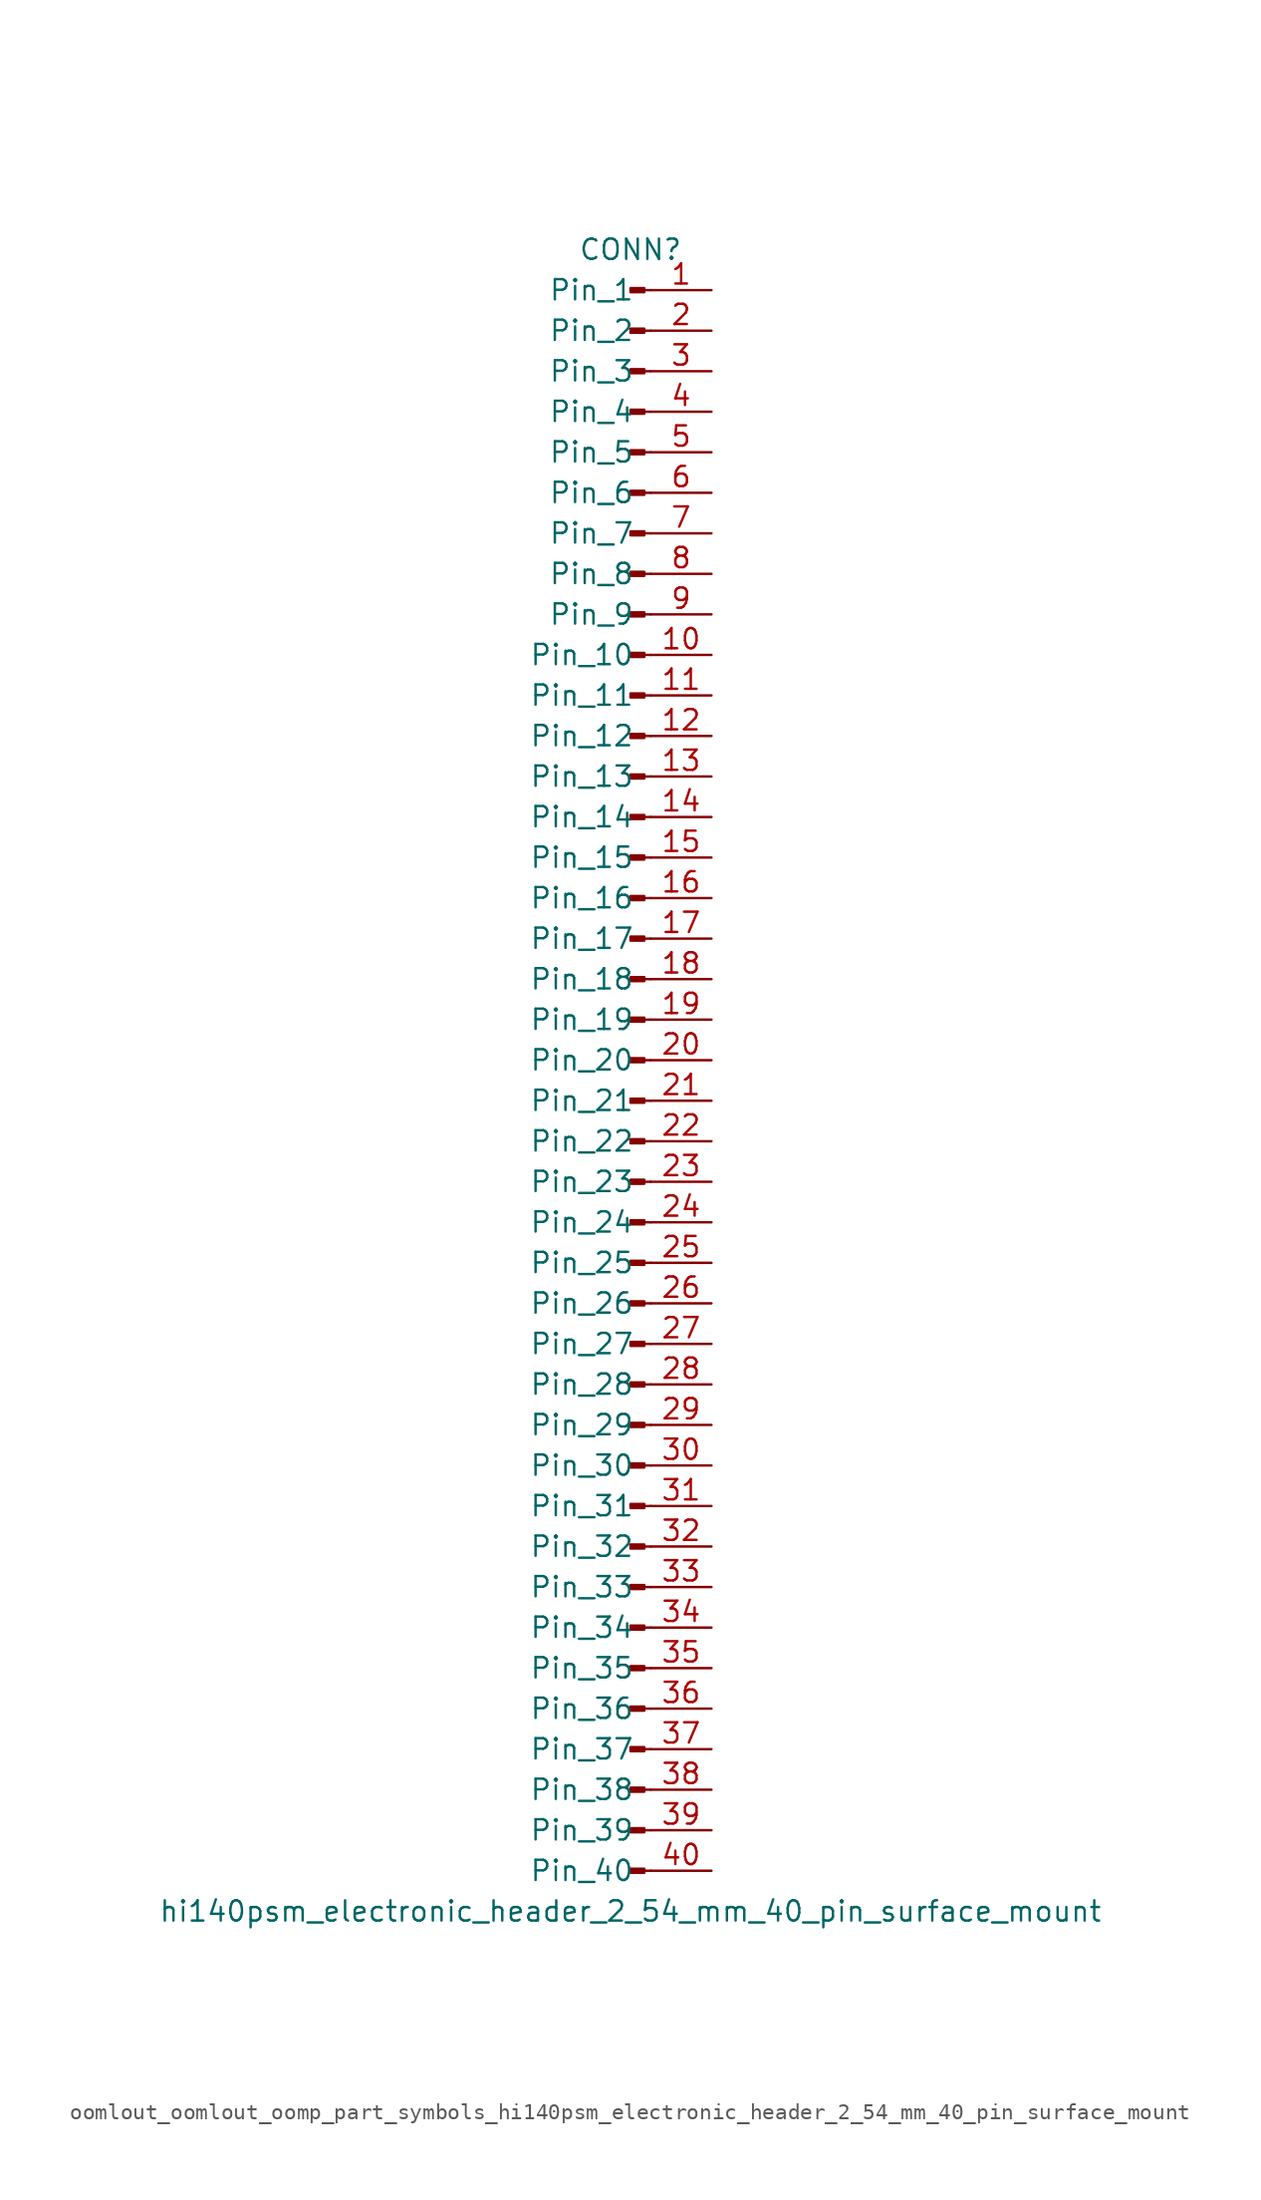
<source format=kicad_sym>
(kicad_symbol_lib
  (version 20220914)
  (generator kicad_symbol_editor)
  (symbol "oomlout_oomlout_oomp_part_symbols_hi140psm_electronic_header_2_54_mm_40_pin_surface_mount"
    (pin_names
      (offset 1.016))
    (property "Reference" "CONN"
      (at 0 50.8 0)
      (effects (font (size 1.27 1.27))))
    (property "Value" "hi140psm_electronic_header_2_54_mm_40_pin_surface_mount"
      (at 0 -53.34 0)
      (effects (font (size 1.27 1.27))))
    (property "ki_locked" ""
      (at 0 0 0)
      (effects (font (size 1.27 1.27))))
    (symbol "oomlout_oomlout_oomp_part_symbols_hi140psm_electronic_header_2_54_mm_40_pin_surface_mount_1_1"
      (polyline (pts (xy 1.27 -50.8) (xy 0.864 -50.8)) (stroke (width 0.152) (type default)) (fill (type none)))
      (polyline (pts (xy 1.27 -48.26) (xy 0.864 -48.26)) (stroke (width 0.152) (type default)) (fill (type none)))
      (polyline (pts (xy 1.27 -45.72) (xy 0.864 -45.72)) (stroke (width 0.152) (type default)) (fill (type none)))
      (polyline (pts (xy 1.27 -43.18) (xy 0.864 -43.18)) (stroke (width 0.152) (type default)) (fill (type none)))
      (polyline (pts (xy 1.27 -40.64) (xy 0.864 -40.64)) (stroke (width 0.152) (type default)) (fill (type none)))
      (polyline (pts (xy 1.27 -38.1) (xy 0.864 -38.1)) (stroke (width 0.152) (type default)) (fill (type none)))
      (polyline (pts (xy 1.27 -35.56) (xy 0.864 -35.56)) (stroke (width 0.152) (type default)) (fill (type none)))
      (polyline (pts (xy 1.27 -33.02) (xy 0.864 -33.02)) (stroke (width 0.152) (type default)) (fill (type none)))
      (polyline (pts (xy 1.27 -30.48) (xy 0.864 -30.48)) (stroke (width 0.152) (type default)) (fill (type none)))
      (polyline (pts (xy 1.27 -27.94) (xy 0.864 -27.94)) (stroke (width 0.152) (type default)) (fill (type none)))
      (polyline (pts (xy 1.27 -25.4) (xy 0.864 -25.4)) (stroke (width 0.152) (type default)) (fill (type none)))
      (polyline (pts (xy 1.27 -22.86) (xy 0.864 -22.86)) (stroke (width 0.152) (type default)) (fill (type none)))
      (polyline (pts (xy 1.27 -20.32) (xy 0.864 -20.32)) (stroke (width 0.152) (type default)) (fill (type none)))
      (polyline (pts (xy 1.27 -17.78) (xy 0.864 -17.78)) (stroke (width 0.152) (type default)) (fill (type none)))
      (polyline (pts (xy 1.27 -15.24) (xy 0.864 -15.24)) (stroke (width 0.152) (type default)) (fill (type none)))
      (polyline (pts (xy 1.27 -12.7) (xy 0.864 -12.7)) (stroke (width 0.152) (type default)) (fill (type none)))
      (polyline (pts (xy 1.27 -10.16) (xy 0.864 -10.16)) (stroke (width 0.152) (type default)) (fill (type none)))
      (polyline (pts (xy 1.27 -7.62) (xy 0.864 -7.62)) (stroke (width 0.152) (type default)) (fill (type none)))
      (polyline (pts (xy 1.27 -5.08) (xy 0.864 -5.08)) (stroke (width 0.152) (type default)) (fill (type none)))
      (polyline (pts (xy 1.27 -2.54) (xy 0.864 -2.54)) (stroke (width 0.152) (type default)) (fill (type none)))
      (polyline (pts (xy 1.27 0) (xy 0.864 0)) (stroke (width 0.152) (type default)) (fill (type none)))
      (polyline (pts (xy 1.27 2.54) (xy 0.864 2.54)) (stroke (width 0.152) (type default)) (fill (type none)))
      (polyline (pts (xy 1.27 5.08) (xy 0.864 5.08)) (stroke (width 0.152) (type default)) (fill (type none)))
      (polyline (pts (xy 1.27 7.62) (xy 0.864 7.62)) (stroke (width 0.152) (type default)) (fill (type none)))
      (polyline (pts (xy 1.27 10.16) (xy 0.864 10.16)) (stroke (width 0.152) (type default)) (fill (type none)))
      (polyline (pts (xy 1.27 12.7) (xy 0.864 12.7)) (stroke (width 0.152) (type default)) (fill (type none)))
      (polyline (pts (xy 1.27 15.24) (xy 0.864 15.24)) (stroke (width 0.152) (type default)) (fill (type none)))
      (polyline (pts (xy 1.27 17.78) (xy 0.864 17.78)) (stroke (width 0.152) (type default)) (fill (type none)))
      (polyline (pts (xy 1.27 20.32) (xy 0.864 20.32)) (stroke (width 0.152) (type default)) (fill (type none)))
      (polyline (pts (xy 1.27 22.86) (xy 0.864 22.86)) (stroke (width 0.152) (type default)) (fill (type none)))
      (polyline (pts (xy 1.27 25.4) (xy 0.864 25.4)) (stroke (width 0.152) (type default)) (fill (type none)))
      (polyline (pts (xy 1.27 27.94) (xy 0.864 27.94)) (stroke (width 0.152) (type default)) (fill (type none)))
      (polyline (pts (xy 1.27 30.48) (xy 0.864 30.48)) (stroke (width 0.152) (type default)) (fill (type none)))
      (polyline (pts (xy 1.27 33.02) (xy 0.864 33.02)) (stroke (width 0.152) (type default)) (fill (type none)))
      (polyline (pts (xy 1.27 35.56) (xy 0.864 35.56)) (stroke (width 0.152) (type default)) (fill (type none)))
      (polyline (pts (xy 1.27 38.1) (xy 0.864 38.1)) (stroke (width 0.152) (type default)) (fill (type none)))
      (polyline (pts (xy 1.27 40.64) (xy 0.864 40.64)) (stroke (width 0.152) (type default)) (fill (type none)))
      (polyline (pts (xy 1.27 43.18) (xy 0.864 43.18)) (stroke (width 0.152) (type default)) (fill (type none)))
      (polyline (pts (xy 1.27 45.72) (xy 0.864 45.72)) (stroke (width 0.152) (type default)) (fill (type none)))
      (polyline (pts (xy 1.27 48.26) (xy 0.864 48.26)) (stroke (width 0.152) (type default)) (fill (type none)))
      (rectangle (start 0.864 -50.673) (end 0 -50.927) (stroke (width 0.152) (type default)) (fill (type outline)))
      (rectangle (start 0.864 -48.133) (end 0 -48.387) (stroke (width 0.152) (type default)) (fill (type outline)))
      (rectangle (start 0.864 -45.593) (end 0 -45.847) (stroke (width 0.152) (type default)) (fill (type outline)))
      (rectangle (start 0.864 -43.053) (end 0 -43.307) (stroke (width 0.152) (type default)) (fill (type outline)))
      (rectangle (start 0.864 -40.513) (end 0 -40.767) (stroke (width 0.152) (type default)) (fill (type outline)))
      (rectangle (start 0.864 -37.973) (end 0 -38.227) (stroke (width 0.152) (type default)) (fill (type outline)))
      (rectangle (start 0.864 -35.433) (end 0 -35.687) (stroke (width 0.152) (type default)) (fill (type outline)))
      (rectangle (start 0.864 -32.893) (end 0 -33.147) (stroke (width 0.152) (type default)) (fill (type outline)))
      (rectangle (start 0.864 -30.353) (end 0 -30.607) (stroke (width 0.152) (type default)) (fill (type outline)))
      (rectangle (start 0.864 -27.813) (end 0 -28.067) (stroke (width 0.152) (type default)) (fill (type outline)))
      (rectangle (start 0.864 -25.273) (end 0 -25.527) (stroke (width 0.152) (type default)) (fill (type outline)))
      (rectangle (start 0.864 -22.733) (end 0 -22.987) (stroke (width 0.152) (type default)) (fill (type outline)))
      (rectangle (start 0.864 -20.193) (end 0 -20.447) (stroke (width 0.152) (type default)) (fill (type outline)))
      (rectangle (start 0.864 -17.653) (end 0 -17.907) (stroke (width 0.152) (type default)) (fill (type outline)))
      (rectangle (start 0.864 -15.113) (end 0 -15.367) (stroke (width 0.152) (type default)) (fill (type outline)))
      (rectangle (start 0.864 -12.573) (end 0 -12.827) (stroke (width 0.152) (type default)) (fill (type outline)))
      (rectangle (start 0.864 -10.033) (end 0 -10.287) (stroke (width 0.152) (type default)) (fill (type outline)))
      (rectangle (start 0.864 -7.493) (end 0 -7.747) (stroke (width 0.152) (type default)) (fill (type outline)))
      (rectangle (start 0.864 -4.953) (end 0 -5.207) (stroke (width 0.152) (type default)) (fill (type outline)))
      (rectangle (start 0.864 -2.413) (end 0 -2.667) (stroke (width 0.152) (type default)) (fill (type outline)))
      (rectangle (start 0.864 0.127) (end 0 -0.127) (stroke (width 0.152) (type default)) (fill (type outline)))
      (rectangle (start 0.864 2.667) (end 0 2.413) (stroke (width 0.152) (type default)) (fill (type outline)))
      (rectangle (start 0.864 5.207) (end 0 4.953) (stroke (width 0.152) (type default)) (fill (type outline)))
      (rectangle (start 0.864 7.747) (end 0 7.493) (stroke (width 0.152) (type default)) (fill (type outline)))
      (rectangle (start 0.864 10.287) (end 0 10.033) (stroke (width 0.152) (type default)) (fill (type outline)))
      (rectangle (start 0.864 12.827) (end 0 12.573) (stroke (width 0.152) (type default)) (fill (type outline)))
      (rectangle (start 0.864 15.367) (end 0 15.113) (stroke (width 0.152) (type default)) (fill (type outline)))
      (rectangle (start 0.864 17.907) (end 0 17.653) (stroke (width 0.152) (type default)) (fill (type outline)))
      (rectangle (start 0.864 20.447) (end 0 20.193) (stroke (width 0.152) (type default)) (fill (type outline)))
      (rectangle (start 0.864 22.987) (end 0 22.733) (stroke (width 0.152) (type default)) (fill (type outline)))
      (rectangle (start 0.864 25.527) (end 0 25.273) (stroke (width 0.152) (type default)) (fill (type outline)))
      (rectangle (start 0.864 28.067) (end 0 27.813) (stroke (width 0.152) (type default)) (fill (type outline)))
      (rectangle (start 0.864 30.607) (end 0 30.353) (stroke (width 0.152) (type default)) (fill (type outline)))
      (rectangle (start 0.864 33.147) (end 0 32.893) (stroke (width 0.152) (type default)) (fill (type outline)))
      (rectangle (start 0.864 35.687) (end 0 35.433) (stroke (width 0.152) (type default)) (fill (type outline)))
      (rectangle (start 0.864 38.227) (end 0 37.973) (stroke (width 0.152) (type default)) (fill (type outline)))
      (rectangle (start 0.864 40.767) (end 0 40.513) (stroke (width 0.152) (type default)) (fill (type outline)))
      (rectangle (start 0.864 43.307) (end 0 43.053) (stroke (width 0.152) (type default)) (fill (type outline)))
      (rectangle (start 0.864 45.847) (end 0 45.593) (stroke (width 0.152) (type default)) (fill (type outline)))
      (rectangle (start 0.864 48.387) (end 0 48.133) (stroke (width 0.152) (type default)) (fill (type outline)))
      (pin passive line (at 5.08 48.26 180) (length 3.81) (name "Pin_1" (effects (font (size 1.27 1.27)))) (number "1" (effects (font (size 1.27 1.27)))))
      (pin passive line (at 5.08 25.4 180) (length 3.81) (name "Pin_10" (effects (font (size 1.27 1.27)))) (number "10" (effects (font (size 1.27 1.27)))))
      (pin passive line (at 5.08 22.86 180) (length 3.81) (name "Pin_11" (effects (font (size 1.27 1.27)))) (number "11" (effects (font (size 1.27 1.27)))))
      (pin passive line (at 5.08 20.32 180) (length 3.81) (name "Pin_12" (effects (font (size 1.27 1.27)))) (number "12" (effects (font (size 1.27 1.27)))))
      (pin passive line (at 5.08 17.78 180) (length 3.81) (name "Pin_13" (effects (font (size 1.27 1.27)))) (number "13" (effects (font (size 1.27 1.27)))))
      (pin passive line (at 5.08 15.24 180) (length 3.81) (name "Pin_14" (effects (font (size 1.27 1.27)))) (number "14" (effects (font (size 1.27 1.27)))))
      (pin passive line (at 5.08 12.7 180) (length 3.81) (name "Pin_15" (effects (font (size 1.27 1.27)))) (number "15" (effects (font (size 1.27 1.27)))))
      (pin passive line (at 5.08 10.16 180) (length 3.81) (name "Pin_16" (effects (font (size 1.27 1.27)))) (number "16" (effects (font (size 1.27 1.27)))))
      (pin passive line (at 5.08 7.62 180) (length 3.81) (name "Pin_17" (effects (font (size 1.27 1.27)))) (number "17" (effects (font (size 1.27 1.27)))))
      (pin passive line (at 5.08 5.08 180) (length 3.81) (name "Pin_18" (effects (font (size 1.27 1.27)))) (number "18" (effects (font (size 1.27 1.27)))))
      (pin passive line (at 5.08 2.54 180) (length 3.81) (name "Pin_19" (effects (font (size 1.27 1.27)))) (number "19" (effects (font (size 1.27 1.27)))))
      (pin passive line (at 5.08 45.72 180) (length 3.81) (name "Pin_2" (effects (font (size 1.27 1.27)))) (number "2" (effects (font (size 1.27 1.27)))))
      (pin passive line (at 5.08 0 180) (length 3.81) (name "Pin_20" (effects (font (size 1.27 1.27)))) (number "20" (effects (font (size 1.27 1.27)))))
      (pin passive line (at 5.08 -2.54 180) (length 3.81) (name "Pin_21" (effects (font (size 1.27 1.27)))) (number "21" (effects (font (size 1.27 1.27)))))
      (pin passive line (at 5.08 -5.08 180) (length 3.81) (name "Pin_22" (effects (font (size 1.27 1.27)))) (number "22" (effects (font (size 1.27 1.27)))))
      (pin passive line (at 5.08 -7.62 180) (length 3.81) (name "Pin_23" (effects (font (size 1.27 1.27)))) (number "23" (effects (font (size 1.27 1.27)))))
      (pin passive line (at 5.08 -10.16 180) (length 3.81) (name "Pin_24" (effects (font (size 1.27 1.27)))) (number "24" (effects (font (size 1.27 1.27)))))
      (pin passive line (at 5.08 -12.7 180) (length 3.81) (name "Pin_25" (effects (font (size 1.27 1.27)))) (number "25" (effects (font (size 1.27 1.27)))))
      (pin passive line (at 5.08 -15.24 180) (length 3.81) (name "Pin_26" (effects (font (size 1.27 1.27)))) (number "26" (effects (font (size 1.27 1.27)))))
      (pin passive line (at 5.08 -17.78 180) (length 3.81) (name "Pin_27" (effects (font (size 1.27 1.27)))) (number "27" (effects (font (size 1.27 1.27)))))
      (pin passive line (at 5.08 -20.32 180) (length 3.81) (name "Pin_28" (effects (font (size 1.27 1.27)))) (number "28" (effects (font (size 1.27 1.27)))))
      (pin passive line (at 5.08 -22.86 180) (length 3.81) (name "Pin_29" (effects (font (size 1.27 1.27)))) (number "29" (effects (font (size 1.27 1.27)))))
      (pin passive line (at 5.08 43.18 180) (length 3.81) (name "Pin_3" (effects (font (size 1.27 1.27)))) (number "3" (effects (font (size 1.27 1.27)))))
      (pin passive line (at 5.08 -25.4 180) (length 3.81) (name "Pin_30" (effects (font (size 1.27 1.27)))) (number "30" (effects (font (size 1.27 1.27)))))
      (pin passive line (at 5.08 -27.94 180) (length 3.81) (name "Pin_31" (effects (font (size 1.27 1.27)))) (number "31" (effects (font (size 1.27 1.27)))))
      (pin passive line (at 5.08 -30.48 180) (length 3.81) (name "Pin_32" (effects (font (size 1.27 1.27)))) (number "32" (effects (font (size 1.27 1.27)))))
      (pin passive line (at 5.08 -33.02 180) (length 3.81) (name "Pin_33" (effects (font (size 1.27 1.27)))) (number "33" (effects (font (size 1.27 1.27)))))
      (pin passive line (at 5.08 -35.56 180) (length 3.81) (name "Pin_34" (effects (font (size 1.27 1.27)))) (number "34" (effects (font (size 1.27 1.27)))))
      (pin passive line (at 5.08 -38.1 180) (length 3.81) (name "Pin_35" (effects (font (size 1.27 1.27)))) (number "35" (effects (font (size 1.27 1.27)))))
      (pin passive line (at 5.08 -40.64 180) (length 3.81) (name "Pin_36" (effects (font (size 1.27 1.27)))) (number "36" (effects (font (size 1.27 1.27)))))
      (pin passive line (at 5.08 -43.18 180) (length 3.81) (name "Pin_37" (effects (font (size 1.27 1.27)))) (number "37" (effects (font (size 1.27 1.27)))))
      (pin passive line (at 5.08 -45.72 180) (length 3.81) (name "Pin_38" (effects (font (size 1.27 1.27)))) (number "38" (effects (font (size 1.27 1.27)))))
      (pin passive line (at 5.08 -48.26 180) (length 3.81) (name "Pin_39" (effects (font (size 1.27 1.27)))) (number "39" (effects (font (size 1.27 1.27)))))
      (pin passive line (at 5.08 40.64 180) (length 3.81) (name "Pin_4" (effects (font (size 1.27 1.27)))) (number "4" (effects (font (size 1.27 1.27)))))
      (pin passive line (at 5.08 -50.8 180) (length 3.81) (name "Pin_40" (effects (font (size 1.27 1.27)))) (number "40" (effects (font (size 1.27 1.27)))))
      (pin passive line (at 5.08 38.1 180) (length 3.81) (name "Pin_5" (effects (font (size 1.27 1.27)))) (number "5" (effects (font (size 1.27 1.27)))))
      (pin passive line (at 5.08 35.56 180) (length 3.81) (name "Pin_6" (effects (font (size 1.27 1.27)))) (number "6" (effects (font (size 1.27 1.27)))))
      (pin passive line (at 5.08 33.02 180) (length 3.81) (name "Pin_7" (effects (font (size 1.27 1.27)))) (number "7" (effects (font (size 1.27 1.27)))))
      (pin passive line (at 5.08 30.48 180) (length 3.81) (name "Pin_8" (effects (font (size 1.27 1.27)))) (number "8" (effects (font (size 1.27 1.27)))))
      (pin passive line (at 5.08 27.94 180) (length 3.81) (name "Pin_9" (effects (font (size 1.27 1.27)))) (number "9" (effects (font (size 1.27 1.27))))))))
</source>
